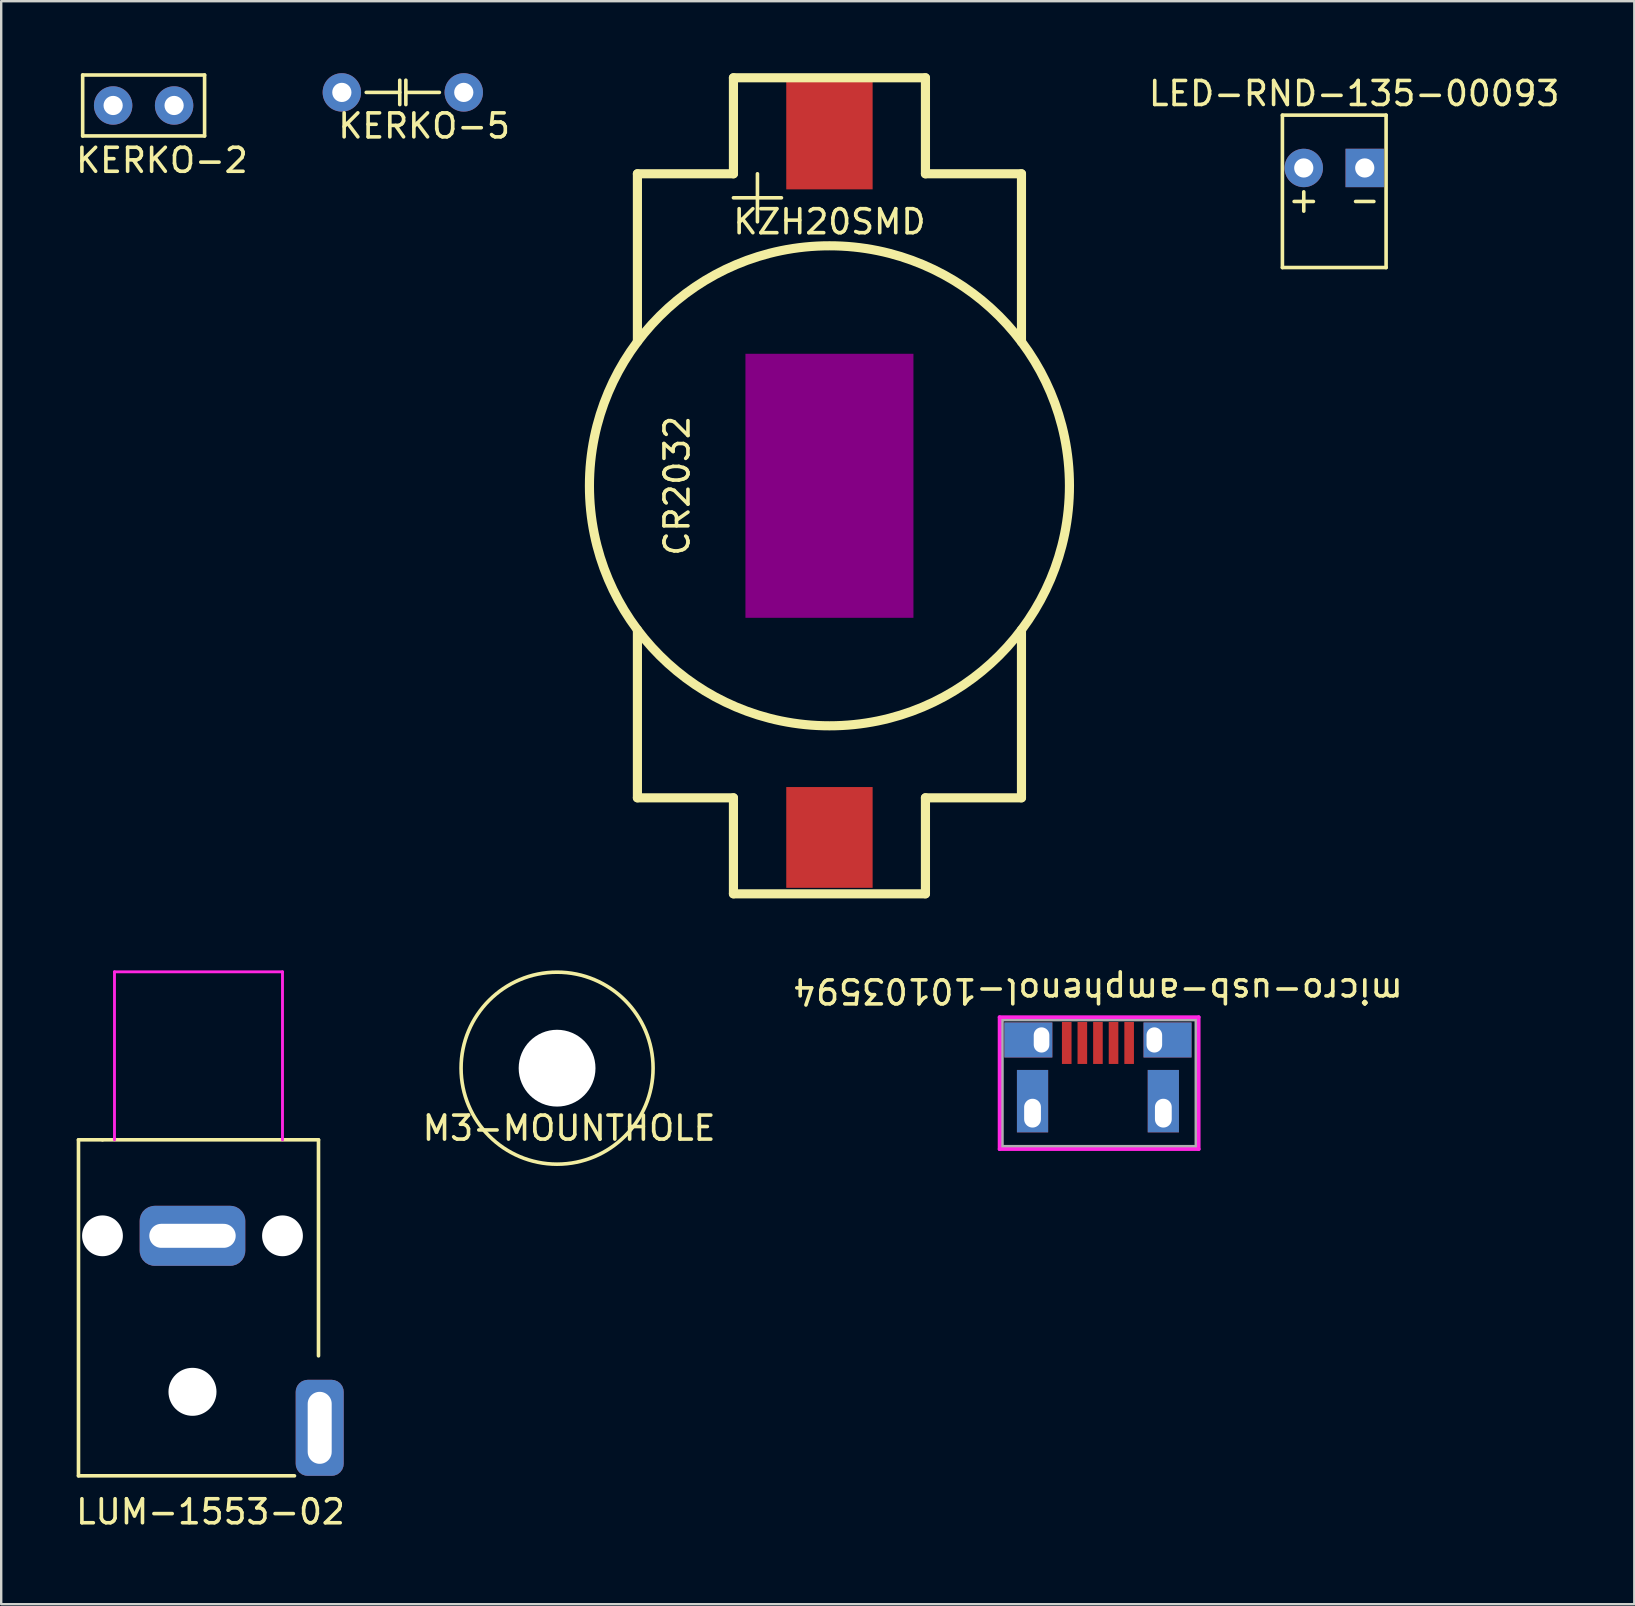
<source format=kicad_pcb>
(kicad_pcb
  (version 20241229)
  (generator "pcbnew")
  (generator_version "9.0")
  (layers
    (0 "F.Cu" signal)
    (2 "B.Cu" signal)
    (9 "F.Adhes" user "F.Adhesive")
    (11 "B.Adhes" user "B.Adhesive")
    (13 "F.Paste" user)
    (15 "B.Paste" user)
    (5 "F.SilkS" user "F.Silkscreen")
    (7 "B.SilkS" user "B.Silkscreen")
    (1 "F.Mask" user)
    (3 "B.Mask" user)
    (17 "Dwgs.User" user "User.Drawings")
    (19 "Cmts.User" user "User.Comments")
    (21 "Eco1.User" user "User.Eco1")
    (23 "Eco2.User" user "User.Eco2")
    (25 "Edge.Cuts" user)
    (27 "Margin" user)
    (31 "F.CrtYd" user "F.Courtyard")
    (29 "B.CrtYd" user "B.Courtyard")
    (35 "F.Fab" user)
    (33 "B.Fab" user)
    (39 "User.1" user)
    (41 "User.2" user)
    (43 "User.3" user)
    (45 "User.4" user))
  (footprint "LUM-1553-02"
    (layer "F.Cu")
    (at 1.22 48.441)
    (property "Reference" "LUM-1553-02" (at 4.5 11.5 0) (layer "F.SilkS") (effects (font (size 1 1) (thickness 0.15))))
    (attr through_hole)
    (fp_line (start -1 -4) (end 0 -4) (stroke (width 0.15) (type solid)) (layer "F.SilkS"))
    (fp_line (start -1 10) (end -1 -4) (stroke (width 0.15) (type solid)) (layer "F.SilkS"))
    (fp_line (start 0 -4) (end 9 -4) (stroke (width 0.15) (type solid)) (layer "F.SilkS"))
    (fp_line (start 8 10) (end -1 10) (stroke (width 0.15) (type solid)) (layer "F.SilkS"))
    (fp_line (start 9 -4) (end 9 5) (stroke (width 0.15) (type solid)) (layer "F.SilkS"))
    (fp_line (start 0.5 -11) (end 0.5 -4) (stroke (width 0.12) (type solid)) (layer "F.CrtYd"))
    (fp_line (start 7.5 -11) (end 0.5 -11) (stroke (width 0.12) (type solid)) (layer "F.CrtYd"))
    (fp_line (start 7.5 -4) (end 7.5 -11) (stroke (width 0.12) (type solid)) (layer "F.CrtYd"))
    (pad "" np_thru_hole circle (at 0 0) (size 1.7 1.7) (drill 1.7) (layers "*.Cu" "*.Mask"))
    (pad "" np_thru_hole circle (at 3.75 6.5) (size 2 2) (drill 2) (layers "*.Cu" "*.Mask"))
    (pad "" np_thru_hole circle (at 7.5 0) (size 1.7 1.7) (drill 1.7) (layers "*.Cu" "*.Mask"))
    (pad "1" thru_hole roundrect (at 9.05 8) (size 2 4) (drill oval 1 3) (layers "*.Cu" "*.Mask") (roundrect_rratio 0.25))
    (pad "2" thru_hole roundrect (at 3.75 0) (size 4.4 2.5) (drill oval 3.6 1) (layers "*.Cu" "*.Mask") (roundrect_rratio 0.25)))
  (footprint "M3-MOUNTHOLE"
    (layer "F.Cu")
    (at 20.161 41.456)
    (property "Reference" "M3-MOUNTHOLE" (at 0.5 2.5 0) (layer "F.SilkS") (effects (font (size 1 1) (thickness 0.15))))
    (attr through_hole)
    (fp_circle (center 0 0) (end -4 0) (stroke (width 0.15) (type solid)) (fill no) (layer "F.SilkS"))
    (pad "" np_thru_hole circle (at 0 0) (size 3.2 3.2) (drill 3.2) (layers "*.Cu" "*.Mask")))
  (footprint "LED-RND-135-00093"
    (layer "F.Cu")
    (at 51.272 3.948)
    (property "Reference" "LED-RND-135-00093" (at 2.1 -3.1 0) (layer "F.SilkS") (effects (font (size 1 1) (thickness 0.15))))
    (attr through_hole)
    (fp_line (start -0.89 -2.2) (end -0.89 4.15) (stroke (width 0.15) (type solid)) (layer "F.SilkS"))
    (fp_line (start -0.89 -2.2) (end 3.43 -2.2) (stroke (width 0.15) (type solid)) (layer "F.SilkS"))
    (fp_line (start -0.89 4.15) (end 3.43 4.15) (stroke (width 0.15) (type solid)) (layer "F.SilkS"))
    (fp_line (start 0 0.995) (end 0 1.799) (stroke (width 0.15) (type solid)) (layer "F.SilkS"))
    (fp_line (start 0.402 1.397) (end -0.402 1.397) (stroke (width 0.15) (type solid)) (layer "F.SilkS"))
    (fp_line (start 2.159 1.397) (end 2.921 1.397) (stroke (width 0.15) (type solid)) (layer "F.SilkS"))
    (fp_line (start 3.43 -2.2) (end 3.43 4.15) (stroke (width 0.15) (type solid)) (layer "F.SilkS"))
    (pad "1" thru_hole rect (at 2.54 0) (size 1.6 1.6) (drill 0.8) (layers "*.Cu" "*.Mask"))
    (pad "2" thru_hole circle (at 0 0) (size 1.6 1.6) (drill 0.8) (layers "*.Cu" "*.Mask")))
  (footprint "micro-usb-amphenol-10103594"
    (layer "F.Cu")
    (at 42.696 39.53)
    (property "Reference" "micro-usb-amphenol-10103594" (at 0 -1.3 180) (unlocked yes) (layer "F.SilkS") (effects (font (size 1 1) (thickness 0.15))))
    (attr through_hole)
    (fp_line (start -4.1 -0.2) (end -4.1 5.3) (stroke (width 0.15) (type solid)) (layer "F.CrtYd"))
    (fp_line (start -4.1 5.3) (end 4.2 5.3) (stroke (width 0.15) (type solid)) (layer "F.CrtYd"))
    (fp_line (start 4.2 -0.2) (end -4.1 -0.2) (stroke (width 0.15) (type solid)) (layer "F.CrtYd"))
    (fp_line (start 4.2 5.3) (end 4.2 -0.2) (stroke (width 0.15) (type solid)) (layer "F.CrtYd"))
    (fp_line (start -4 -0.1) (end -4 5.2) (stroke (width 0.15) (type solid)) (layer "F.Fab"))
    (fp_line (start -4 5.2) (end -3.9 5.2) (stroke (width 0.15) (type solid)) (layer "F.Fab"))
    (fp_line (start -3.9 5.2) (end 4.1 5.2) (stroke (width 0.15) (type solid)) (layer "F.Fab"))
    (fp_line (start 4.1 -0.1) (end -4 -0.1) (stroke (width 0.15) (type solid)) (layer "F.Fab"))
    (fp_line (start 4.1 5.2) (end 4.1 -0.1) (stroke (width 0.15) (type solid)) (layer "F.Fab"))
    (pad "1" smd rect (at -1.3 0.875) (size 0.4 1.75) (layers "F.Cu" "F.Mask" "F.Paste"))
    (pad "2" smd rect (at -0.65 0.875) (size 0.4 1.75) (layers "F.Cu" "F.Mask" "F.Paste"))
    (pad "3" smd rect (at 0 0.875) (size 0.4 1.75) (layers "F.Cu" "F.Mask" "F.Paste"))
    (pad "4" smd rect (at 0.65 0.875) (size 0.4 1.75) (layers "F.Cu" "F.Mask" "F.Paste"))
    (pad "5" smd rect (at 1.3 0.875) (size 0.4 1.75) (layers "F.Cu" "F.Mask" "F.Paste"))
    (pad "6" thru_hole rect (at -2.725 3.8 180) (size 1.3 2.6) (drill oval 0.7 1.2 (offset 0 0.5)) (layers "*.Cu" "*.Mask"))
    (pad "6" thru_hole rect (at -2.35 0.75) (size 2 1.46) (drill oval 0.65 1.05 (offset -0.55 0)) (layers "*.Cu" "*.Mask"))
    (pad "6" thru_hole rect (at 2.35 0.75 180) (size 2 1.46) (drill oval 0.65 1.05 (offset -0.55 0)) (layers "*.Cu" "*.Mask"))
    (pad "6" thru_hole rect (at 2.725 3.8 180) (size 1.3 2.6) (drill oval 0.7 1.2 (offset 0 0.5)) (layers "*.Cu" "*.Mask")))
  (footprint "KERKO-2"
    (layer "F.Cu")
    (at 1.664 1.345)
    (property "Reference" "KERKO-2" (at 2.032 2.286 0) (layer "F.SilkS") (effects (font (size 1 1) (thickness 0.15))))
    (attr through_hole)
    (fp_line (start -1.27 -1.27) (end 3.81 -1.27) (stroke (width 0.15) (type solid)) (layer "F.SilkS"))
    (fp_line (start -1.27 1.27) (end -1.27 -1.27) (stroke (width 0.15) (type solid)) (layer "F.SilkS"))
    (fp_line (start 3.81 -1.27) (end 3.81 1.27) (stroke (width 0.15) (type solid)) (layer "F.SilkS"))
    (fp_line (start 3.81 1.27) (end -1.27 1.27) (stroke (width 0.15) (type solid)) (layer "F.SilkS"))
    (pad "1" thru_hole circle (at 0 0) (size 1.6 1.6) (drill 0.8) (layers "*.Cu" "*.Mask"))
    (pad "2" thru_hole circle (at 2.54 0) (size 1.6 1.6) (drill 0.8) (layers "*.Cu" "*.Mask")))
  (footprint "KERKO-5"
    (layer "F.Cu")
    (at 11.193 0.8)
    (property "Reference" "KERKO-5" (at 3.429 1.397 0) (layer "F.SilkS") (effects (font (size 1 1) (thickness 0.15))))
    (attr through_hole)
    (fp_line (start 2.413 -0.508) (end 2.413 0.508) (stroke (width 0.15) (type solid)) (layer "F.SilkS"))
    (fp_line (start 2.413 0) (end 1.016 0) (stroke (width 0.15) (type solid)) (layer "F.SilkS"))
    (fp_line (start 2.667 0) (end 4.064 0) (stroke (width 0.15) (type solid)) (layer "F.SilkS"))
    (fp_line (start 2.667 0.508) (end 2.667 -0.508) (stroke (width 0.15) (type solid)) (layer "F.SilkS"))
    (pad "1" thru_hole circle (at 0 0) (size 1.6 1.6) (drill 0.8) (layers "*.Cu" "*.Mask"))
    (pad "2" thru_hole circle (at 5.08 0) (size 1.6 1.6) (drill 0.8) (layers "*.Cu" "*.Mask")))
  (footprint "KZH20SMD"
    (layer "F.Cu")
    (at 31.509 17.191)
    (property "Reference" "KZH20SMD" (at 0 -11.001 0) (layer "F.SilkS") (effects (font (size 1 1) (thickness 0.15))))
    (attr through_hole)
    (fp_line (start -8.001 -13) (end -8.001 -5.999) (stroke (width 0.381) (type solid)) (layer "F.SilkS"))
    (fp_line (start -8.001 13) (end -8.001 5.999) (stroke (width 0.381) (type solid)) (layer "F.SilkS"))
    (fp_line (start -4 -17) (end -4 -13) (stroke (width 0.381) (type solid)) (layer "F.SilkS"))
    (fp_line (start -4 -17) (end 4 -17) (stroke (width 0.381) (type solid)) (layer "F.SilkS"))
    (fp_line (start -4 -13) (end -8.001 -13) (stroke (width 0.381) (type solid)) (layer "F.SilkS"))
    (fp_line (start -4 13) (end -8.001 13) (stroke (width 0.381) (type solid)) (layer "F.SilkS"))
    (fp_line (start -4 17) (end -4 13) (stroke (width 0.381) (type solid)) (layer "F.SilkS"))
    (fp_line (start -4 17) (end 4 17) (stroke (width 0.381) (type solid)) (layer "F.SilkS"))
    (fp_line (start -3 -13) (end -3 -11) (stroke (width 0.15) (type solid)) (layer "F.SilkS"))
    (fp_line (start -2 -12) (end -4 -12) (stroke (width 0.15) (type solid)) (layer "F.SilkS"))
    (fp_line (start 4 -17) (end 4 -13) (stroke (width 0.381) (type solid)) (layer "F.SilkS"))
    (fp_line (start 4 -13) (end 8.001 -13) (stroke (width 0.381) (type solid)) (layer "F.SilkS"))
    (fp_line (start 4 13) (end 8.001 13) (stroke (width 0.381) (type solid)) (layer "F.SilkS"))
    (fp_line (start 4 17) (end 4 13) (stroke (width 0.381) (type solid)) (layer "F.SilkS"))
    (fp_line (start 8.001 -13) (end 8.001 -5.999) (stroke (width 0.381) (type solid)) (layer "F.SilkS"))
    (fp_line (start 8.001 13) (end 8.001 5.999) (stroke (width 0.381) (type solid)) (layer "F.SilkS"))
    (fp_circle (center 0 0) (end 10 0) (stroke (width 0.381) (type solid)) (fill no) (layer "F.SilkS"))
    (fp_text user "CR2032" (at -6.35 0 270) (layer "F.SilkS") (effects (font (size 1 1) (thickness 0.15))))
    (pad "" smd rect (at 0 0) (size 7 11.001) (layers "F.Adhes"))
    (pad "1" smd rect (at 0 -14.651) (size 3.599 4.6) (layers "F.Cu" "F.Mask" "F.Paste"))
    (pad "2" smd rect (at 0 14.651) (size 3.599 4.2) (layers "F.Cu" "F.Mask" "F.Paste")))
  (gr_rect
    (start -3 -3)
    (end 65.044 63.79)
    (stroke (width 0.1) (type default))
    (fill no)
    (layer "Edge.Cuts")))
</source>
